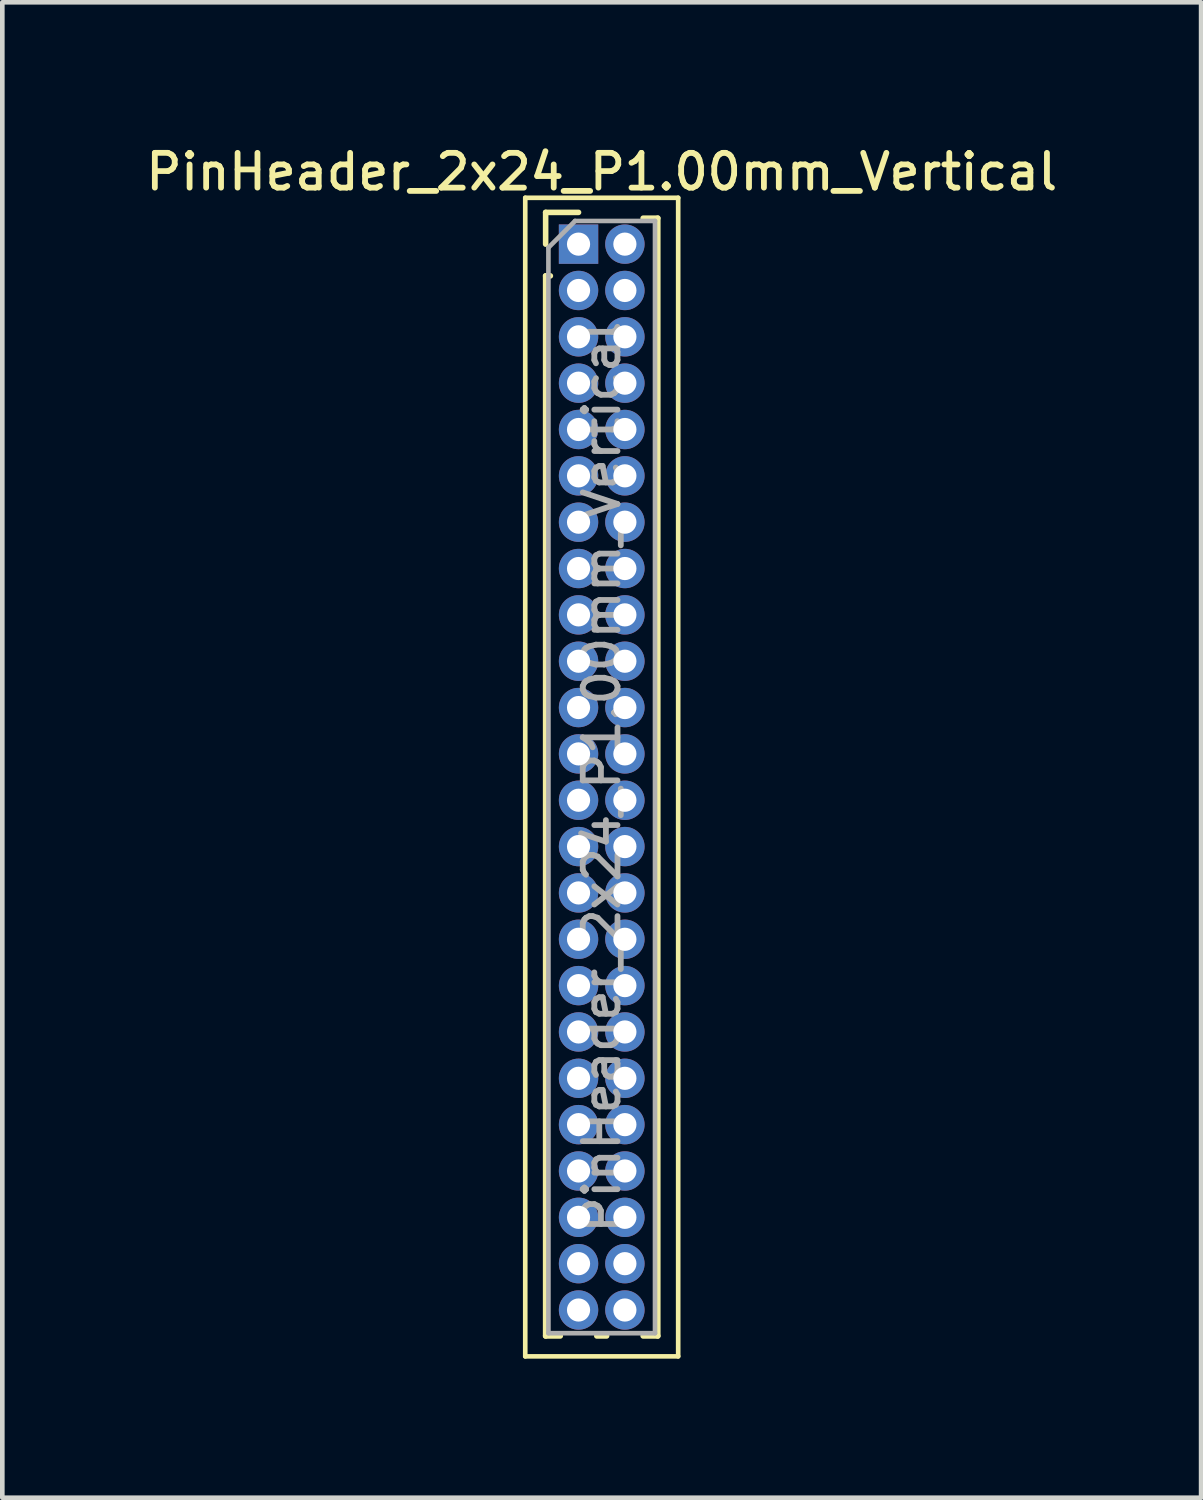
<source format=kicad_pcb>
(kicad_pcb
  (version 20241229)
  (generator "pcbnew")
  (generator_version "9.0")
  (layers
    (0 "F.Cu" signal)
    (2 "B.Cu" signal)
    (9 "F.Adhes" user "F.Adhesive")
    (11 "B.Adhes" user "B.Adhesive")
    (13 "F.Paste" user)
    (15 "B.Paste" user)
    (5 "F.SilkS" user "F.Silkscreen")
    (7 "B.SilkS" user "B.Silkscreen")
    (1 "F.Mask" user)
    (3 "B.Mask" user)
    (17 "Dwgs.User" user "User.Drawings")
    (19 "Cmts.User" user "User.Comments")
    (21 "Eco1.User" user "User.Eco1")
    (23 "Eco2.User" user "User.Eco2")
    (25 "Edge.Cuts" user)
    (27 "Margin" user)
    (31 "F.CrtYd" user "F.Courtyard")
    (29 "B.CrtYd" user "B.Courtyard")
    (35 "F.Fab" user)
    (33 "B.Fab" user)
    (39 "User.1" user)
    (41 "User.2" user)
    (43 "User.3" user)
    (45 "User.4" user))
  (footprint "PinHeader_2x24_P1.00mm_Vertical"
    (layer "F.Cu")
    (at 9.434 2.218)
    (property "Reference" "PinHeader_2x24_P1.00mm_Vertical" (at 0.5 -1.56 0) (layer "F.SilkS") (effects (font (size 0.75 0.75) (thickness 0.125))))
    (attr through_hole)
    (fp_line (start -1.15 -1) (end -1.15 24) (stroke (width 0.1) (type solid)) (layer "F.SilkS"))
    (fp_line (start -1.15 24) (end 2.15 24) (stroke (width 0.1) (type solid)) (layer "F.SilkS"))
    (fp_line (start -0.71 -0.685) (end 0 -0.685) (stroke (width 0.12) (type solid)) (layer "F.SilkS"))
    (fp_line (start -0.71 0) (end -0.71 -0.685) (stroke (width 0.12) (type solid)) (layer "F.SilkS"))
    (fp_line (start -0.71 0.685) (end -0.71 23.56) (stroke (width 0.12) (type solid)) (layer "F.SilkS"))
    (fp_line (start -0.71 0.685) (end -0.608 0.685) (stroke (width 0.12) (type solid)) (layer "F.SilkS"))
    (fp_line (start -0.71 23.56) (end -0.394 23.56) (stroke (width 0.12) (type solid)) (layer "F.SilkS"))
    (fp_line (start 0.394 23.56) (end 0.606 23.56) (stroke (width 0.12) (type solid)) (layer "F.SilkS"))
    (fp_line (start 1.394 -0.56) (end 1.71 -0.56) (stroke (width 0.12) (type solid)) (layer "F.SilkS"))
    (fp_line (start 1.394 23.56) (end 1.71 23.56) (stroke (width 0.12) (type solid)) (layer "F.SilkS"))
    (fp_line (start 1.71 -0.56) (end 1.71 23.56) (stroke (width 0.12) (type solid)) (layer "F.SilkS"))
    (fp_line (start 2.15 -1) (end -1.15 -1) (stroke (width 0.1) (type solid)) (layer "F.SilkS"))
    (fp_line (start 2.15 24) (end 2.15 -1) (stroke (width 0.1) (type solid)) (layer "F.SilkS"))
    (fp_line (start -0.65 0.075) (end -0.075 -0.5) (stroke (width 0.1) (type solid)) (layer "F.Fab"))
    (fp_line (start -0.65 23.5) (end -0.65 0.075) (stroke (width 0.1) (type solid)) (layer "F.Fab"))
    (fp_line (start -0.075 -0.5) (end 1.65 -0.5) (stroke (width 0.1) (type solid)) (layer "F.Fab"))
    (fp_line (start 1.65 -0.5) (end 1.65 23.5) (stroke (width 0.1) (type solid)) (layer "F.Fab"))
    (fp_line (start 1.65 23.5) (end -0.65 23.5) (stroke (width 0.1) (type solid)) (layer "F.Fab"))
    (fp_text user "${REFERENCE}" (at 0.5 11.5 90) (layer "F.Fab") (effects (font (size 0.75 0.75) (thickness 0.125))))
    (pad "1" thru_hole rect (at 0 0) (size 0.85 0.85) (drill 0.5) (layers "*.Cu" "*.Mask"))
    (pad "2" thru_hole oval (at 1 0) (size 0.85 0.85) (drill 0.5) (layers "*.Cu" "*.Mask"))
    (pad "3" thru_hole oval (at 0 1) (size 0.85 0.85) (drill 0.5) (layers "*.Cu" "*.Mask"))
    (pad "4" thru_hole oval (at 1 1) (size 0.85 0.85) (drill 0.5) (layers "*.Cu" "*.Mask"))
    (pad "5" thru_hole oval (at 0 2) (size 0.85 0.85) (drill 0.5) (layers "*.Cu" "*.Mask"))
    (pad "6" thru_hole oval (at 1 2) (size 0.85 0.85) (drill 0.5) (layers "*.Cu" "*.Mask"))
    (pad "7" thru_hole oval (at 0 3) (size 0.85 0.85) (drill 0.5) (layers "*.Cu" "*.Mask"))
    (pad "8" thru_hole oval (at 1 3) (size 0.85 0.85) (drill 0.5) (layers "*.Cu" "*.Mask"))
    (pad "9" thru_hole oval (at 0 4) (size 0.85 0.85) (drill 0.5) (layers "*.Cu" "*.Mask"))
    (pad "10" thru_hole oval (at 1 4) (size 0.85 0.85) (drill 0.5) (layers "*.Cu" "*.Mask"))
    (pad "11" thru_hole oval (at 0 5) (size 0.85 0.85) (drill 0.5) (layers "*.Cu" "*.Mask"))
    (pad "12" thru_hole oval (at 1 5) (size 0.85 0.85) (drill 0.5) (layers "*.Cu" "*.Mask"))
    (pad "13" thru_hole oval (at 0 6) (size 0.85 0.85) (drill 0.5) (layers "*.Cu" "*.Mask"))
    (pad "14" thru_hole oval (at 1 6) (size 0.85 0.85) (drill 0.5) (layers "*.Cu" "*.Mask"))
    (pad "15" thru_hole oval (at 0 7) (size 0.85 0.85) (drill 0.5) (layers "*.Cu" "*.Mask"))
    (pad "16" thru_hole oval (at 1 7) (size 0.85 0.85) (drill 0.5) (layers "*.Cu" "*.Mask"))
    (pad "17" thru_hole oval (at 0 8) (size 0.85 0.85) (drill 0.5) (layers "*.Cu" "*.Mask"))
    (pad "18" thru_hole oval (at 1 8) (size 0.85 0.85) (drill 0.5) (layers "*.Cu" "*.Mask"))
    (pad "19" thru_hole oval (at 0 9) (size 0.85 0.85) (drill 0.5) (layers "*.Cu" "*.Mask"))
    (pad "20" thru_hole oval (at 1 9) (size 0.85 0.85) (drill 0.5) (layers "*.Cu" "*.Mask"))
    (pad "21" thru_hole oval (at 0 10) (size 0.85 0.85) (drill 0.5) (layers "*.Cu" "*.Mask"))
    (pad "22" thru_hole oval (at 1 10) (size 0.85 0.85) (drill 0.5) (layers "*.Cu" "*.Mask"))
    (pad "23" thru_hole oval (at 0 11) (size 0.85 0.85) (drill 0.5) (layers "*.Cu" "*.Mask"))
    (pad "24" thru_hole oval (at 1 11) (size 0.85 0.85) (drill 0.5) (layers "*.Cu" "*.Mask"))
    (pad "25" thru_hole oval (at 0 12) (size 0.85 0.85) (drill 0.5) (layers "*.Cu" "*.Mask"))
    (pad "26" thru_hole oval (at 1 12) (size 0.85 0.85) (drill 0.5) (layers "*.Cu" "*.Mask"))
    (pad "27" thru_hole oval (at 0 13) (size 0.85 0.85) (drill 0.5) (layers "*.Cu" "*.Mask"))
    (pad "28" thru_hole oval (at 1 13) (size 0.85 0.85) (drill 0.5) (layers "*.Cu" "*.Mask"))
    (pad "29" thru_hole oval (at 0 14) (size 0.85 0.85) (drill 0.5) (layers "*.Cu" "*.Mask"))
    (pad "30" thru_hole oval (at 1 14) (size 0.85 0.85) (drill 0.5) (layers "*.Cu" "*.Mask"))
    (pad "31" thru_hole oval (at 0 15) (size 0.85 0.85) (drill 0.5) (layers "*.Cu" "*.Mask"))
    (pad "32" thru_hole oval (at 1 15) (size 0.85 0.85) (drill 0.5) (layers "*.Cu" "*.Mask"))
    (pad "33" thru_hole oval (at 0 16) (size 0.85 0.85) (drill 0.5) (layers "*.Cu" "*.Mask"))
    (pad "34" thru_hole oval (at 1 16) (size 0.85 0.85) (drill 0.5) (layers "*.Cu" "*.Mask"))
    (pad "35" thru_hole oval (at 0 17) (size 0.85 0.85) (drill 0.5) (layers "*.Cu" "*.Mask"))
    (pad "36" thru_hole oval (at 1 17) (size 0.85 0.85) (drill 0.5) (layers "*.Cu" "*.Mask"))
    (pad "37" thru_hole oval (at 0 18) (size 0.85 0.85) (drill 0.5) (layers "*.Cu" "*.Mask"))
    (pad "38" thru_hole oval (at 1 18) (size 0.85 0.85) (drill 0.5) (layers "*.Cu" "*.Mask"))
    (pad "39" thru_hole oval (at 0 19) (size 0.85 0.85) (drill 0.5) (layers "*.Cu" "*.Mask"))
    (pad "40" thru_hole oval (at 1 19) (size 0.85 0.85) (drill 0.5) (layers "*.Cu" "*.Mask"))
    (pad "41" thru_hole oval (at 0 20) (size 0.85 0.85) (drill 0.5) (layers "*.Cu" "*.Mask"))
    (pad "42" thru_hole oval (at 1 20) (size 0.85 0.85) (drill 0.5) (layers "*.Cu" "*.Mask"))
    (pad "43" thru_hole oval (at 0 21) (size 0.85 0.85) (drill 0.5) (layers "*.Cu" "*.Mask"))
    (pad "44" thru_hole oval (at 1 21) (size 0.85 0.85) (drill 0.5) (layers "*.Cu" "*.Mask"))
    (pad "45" thru_hole oval (at 0 22) (size 0.85 0.85) (drill 0.5) (layers "*.Cu" "*.Mask"))
    (pad "46" thru_hole oval (at 1 22) (size 0.85 0.85) (drill 0.5) (layers "*.Cu" "*.Mask"))
    (pad "47" thru_hole oval (at 0 23) (size 0.85 0.85) (drill 0.5) (layers "*.Cu" "*.Mask"))
    (pad "48" thru_hole oval (at 1 23) (size 0.85 0.85) (drill 0.5) (layers "*.Cu" "*.Mask")))
  (gr_rect
    (start -3 -3)
    (end 22.868 29.268)
    (stroke (width 0.1) (type default))
    (fill no)
    (layer "Edge.Cuts")))
</source>
